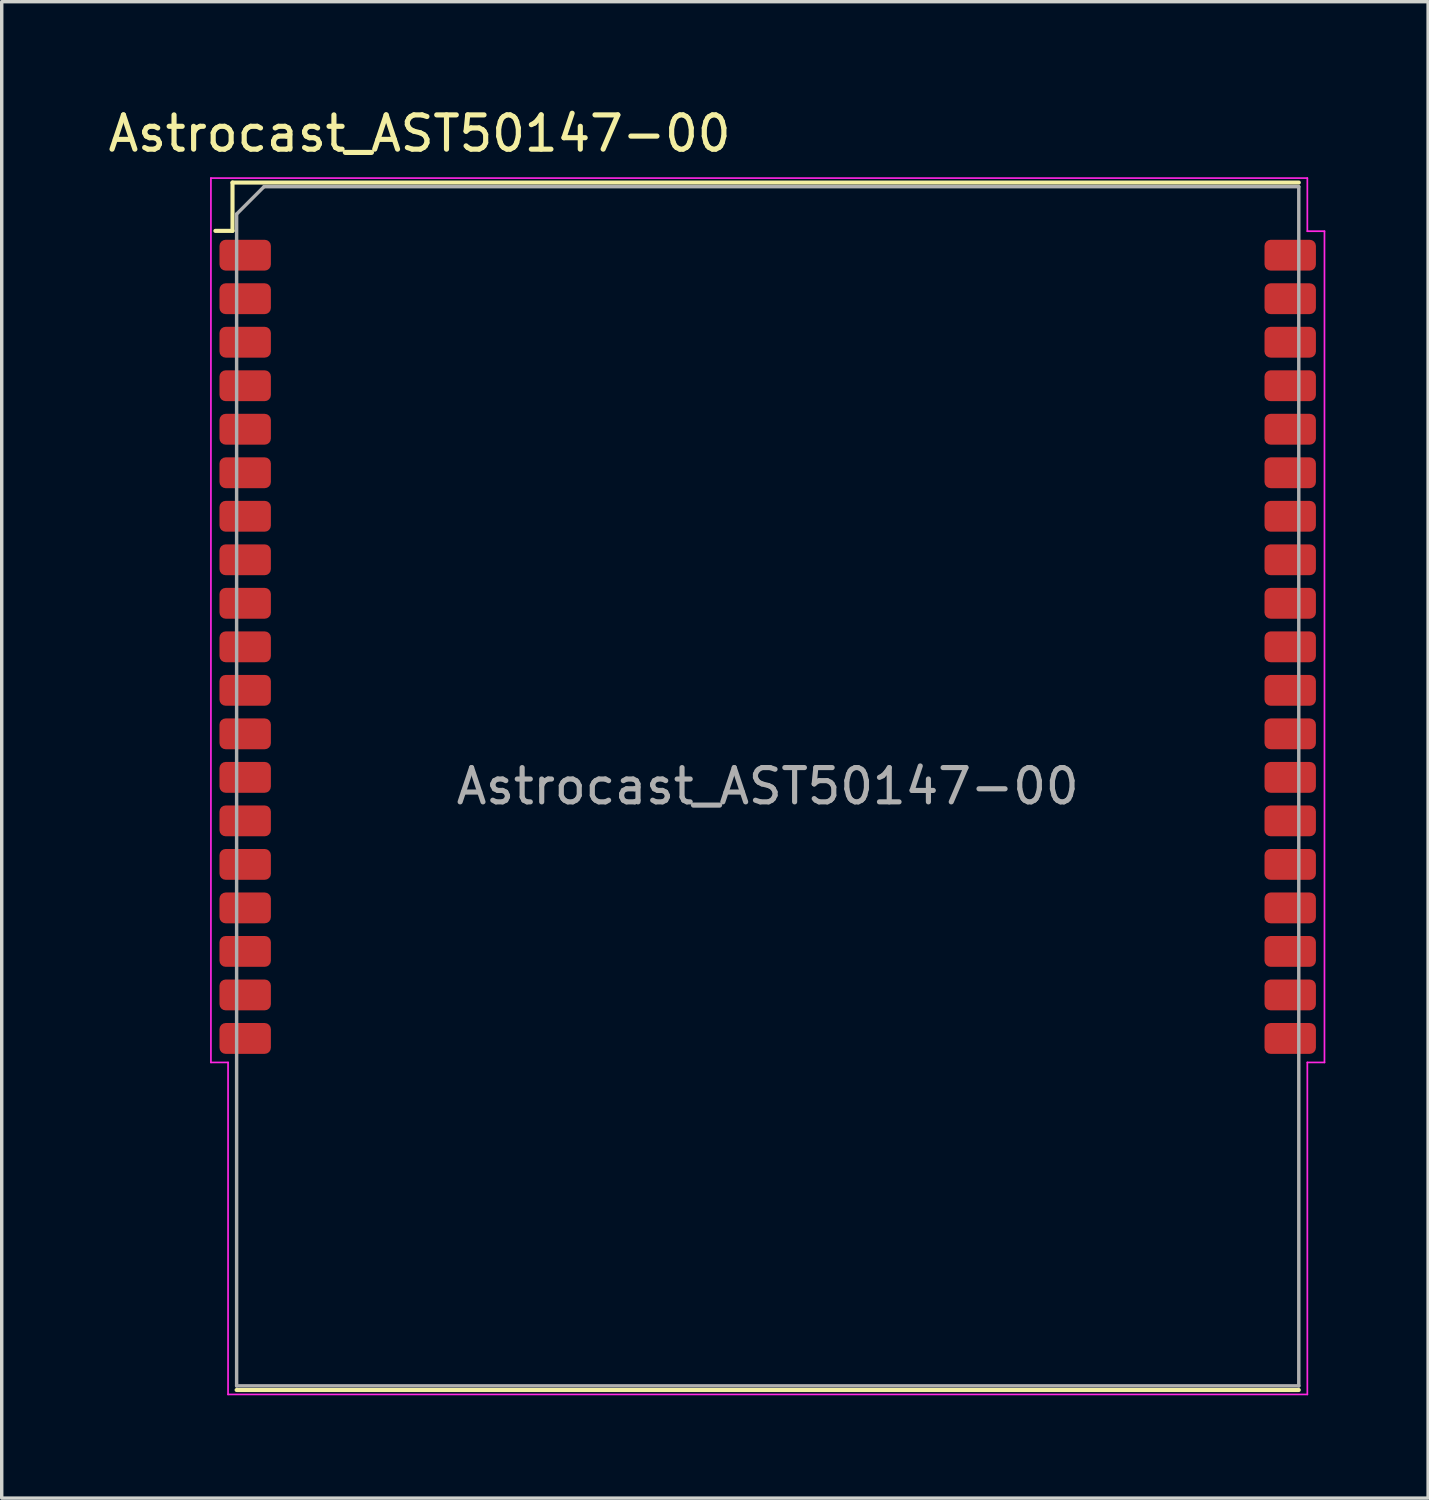
<source format=kicad_pcb>
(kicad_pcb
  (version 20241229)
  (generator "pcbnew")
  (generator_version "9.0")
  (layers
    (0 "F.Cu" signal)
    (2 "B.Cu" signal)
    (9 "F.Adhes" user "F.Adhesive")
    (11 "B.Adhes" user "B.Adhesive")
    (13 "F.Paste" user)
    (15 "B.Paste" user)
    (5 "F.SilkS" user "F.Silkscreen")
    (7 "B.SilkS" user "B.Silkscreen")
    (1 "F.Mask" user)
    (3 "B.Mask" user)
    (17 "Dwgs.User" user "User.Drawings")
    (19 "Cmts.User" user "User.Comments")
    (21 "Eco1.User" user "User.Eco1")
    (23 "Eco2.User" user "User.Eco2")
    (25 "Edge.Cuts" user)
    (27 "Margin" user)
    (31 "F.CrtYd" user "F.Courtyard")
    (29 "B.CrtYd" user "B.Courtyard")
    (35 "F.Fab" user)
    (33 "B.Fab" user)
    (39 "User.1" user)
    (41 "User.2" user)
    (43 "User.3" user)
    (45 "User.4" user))
  (footprint "Astrocast_AST50147-00"
    (layer "F.Cu")
    (at 19.356 19.898)
    (property "Reference" "Astrocast_AST50147-00" (at -10.16 -19.05 0) (unlocked yes) (layer "F.SilkS") (effects (font (size 1 1) (thickness 0.15))))
    (attr smd)
    (fp_line (start -15.62 -17.62) (end -15.62 -16.21) (stroke (width 0.12) (type solid)) (layer "F.SilkS"))
    (fp_line (start -15.62 -17.62) (end 15.5 -17.62) (stroke (width 0.12) (type solid)) (layer "F.SilkS"))
    (fp_line (start -15.62 -16.21) (end -16.12 -16.21) (stroke (width 0.12) (type solid)) (layer "F.SilkS"))
    (fp_line (start -15.5 17.62) (end 15.5 17.62) (stroke (width 0.12) (type solid)) (layer "F.SilkS"))
    (fp_line (start -16.25 -17.75) (end -16.25 8.06) (stroke (width 0.05) (type default)) (layer "F.CrtYd"))
    (fp_line (start -16.25 -17.75) (end 15.75 -17.75) (stroke (width 0.05) (type default)) (layer "F.CrtYd"))
    (fp_line (start -16.25 8.06) (end -15.75 8.06) (stroke (width 0.05) (type default)) (layer "F.CrtYd"))
    (fp_line (start -15.75 8.06) (end -15.75 17.75) (stroke (width 0.05) (type default)) (layer "F.CrtYd"))
    (fp_line (start -15.75 17.75) (end 15.75 17.75) (stroke (width 0.05) (type default)) (layer "F.CrtYd"))
    (fp_line (start 15.75 -16.2) (end 15.75 -17.75) (stroke (width 0.05) (type default)) (layer "F.CrtYd"))
    (fp_line (start 15.75 8.06) (end 15.75 17.75) (stroke (width 0.05) (type default)) (layer "F.CrtYd"))
    (fp_line (start 16.25 -16.2) (end 15.75 -16.2) (stroke (width 0.05) (type default)) (layer "F.CrtYd"))
    (fp_line (start 16.25 8.06) (end 15.75 8.06) (stroke (width 0.05) (type default)) (layer "F.CrtYd"))
    (fp_line (start 16.25 8.06) (end 16.25 -16.2) (stroke (width 0.05) (type default)) (layer "F.CrtYd"))
    (fp_line (start -15.5 -16.7) (end -15.5 17.5) (stroke (width 0.1) (type solid)) (layer "F.Fab"))
    (fp_line (start -15.5 17.5) (end 15.5 17.5) (stroke (width 0.1) (type solid)) (layer "F.Fab"))
    (fp_line (start -14.7 -17.5) (end -15.5 -16.7) (stroke (width 0.1) (type solid)) (layer "F.Fab"))
    (fp_line (start -14.7 -17.5) (end 15.5 -17.5) (stroke (width 0.1) (type solid)) (layer "F.Fab"))
    (fp_line (start 15.5 -17.5) (end 15.5 17.5) (stroke (width 0.1) (type solid)) (layer "F.Fab"))
    (fp_text user "${REFERENCE}" (at 0 0 0) (unlocked yes) (layer "F.Fab") (effects (font (size 1 1) (thickness 0.15))))
    (pad "1" smd roundrect (at -15.25 -15.5) (size 1.5 0.9) (layers "F.Cu" "F.Mask" "F.Paste") (roundrect_rratio 0.2))
    (pad "2" smd roundrect (at -15.25 -14.23) (size 1.5 0.9) (layers "F.Cu" "F.Mask" "F.Paste") (roundrect_rratio 0.2))
    (pad "3" smd roundrect (at -15.25 -12.96) (size 1.5 0.9) (layers "F.Cu" "F.Mask" "F.Paste") (roundrect_rratio 0.2))
    (pad "4" smd roundrect (at -15.25 -11.69) (size 1.5 0.9) (layers "F.Cu" "F.Mask" "F.Paste") (roundrect_rratio 0.2))
    (pad "5" smd roundrect (at -15.25 -10.42) (size 1.5 0.9) (layers "F.Cu" "F.Mask" "F.Paste") (roundrect_rratio 0.2))
    (pad "6" smd roundrect (at -15.25 -9.15) (size 1.5 0.9) (layers "F.Cu" "F.Mask" "F.Paste") (roundrect_rratio 0.2))
    (pad "7" smd roundrect (at -15.25 -7.88) (size 1.5 0.9) (layers "F.Cu" "F.Mask" "F.Paste") (roundrect_rratio 0.2))
    (pad "8" smd roundrect (at -15.25 -6.61) (size 1.5 0.9) (layers "F.Cu" "F.Mask" "F.Paste") (roundrect_rratio 0.2))
    (pad "9" smd roundrect (at -15.25 -5.34) (size 1.5 0.9) (layers "F.Cu" "F.Mask" "F.Paste") (roundrect_rratio 0.2))
    (pad "10" smd roundrect (at -15.25 -4.07) (size 1.5 0.9) (layers "F.Cu" "F.Mask" "F.Paste") (roundrect_rratio 0.2))
    (pad "11" smd roundrect (at -15.25 -2.8) (size 1.5 0.9) (layers "F.Cu" "F.Mask" "F.Paste") (roundrect_rratio 0.2))
    (pad "12" smd roundrect (at -15.25 -1.53) (size 1.5 0.9) (layers "F.Cu" "F.Mask" "F.Paste") (roundrect_rratio 0.2))
    (pad "13" smd roundrect (at -15.25 -0.26) (size 1.5 0.9) (layers "F.Cu" "F.Mask" "F.Paste") (roundrect_rratio 0.2))
    (pad "14" smd roundrect (at -15.25 1.01) (size 1.5 0.9) (layers "F.Cu" "F.Mask" "F.Paste") (roundrect_rratio 0.2))
    (pad "15" smd roundrect (at -15.25 2.28) (size 1.5 0.9) (layers "F.Cu" "F.Mask" "F.Paste") (roundrect_rratio 0.2))
    (pad "16" smd roundrect (at -15.25 3.55) (size 1.5 0.9) (layers "F.Cu" "F.Mask" "F.Paste") (roundrect_rratio 0.2))
    (pad "17" smd roundrect (at -15.25 4.82) (size 1.5 0.9) (layers "F.Cu" "F.Mask" "F.Paste") (roundrect_rratio 0.2))
    (pad "18" smd roundrect (at -15.25 6.09) (size 1.5 0.9) (layers "F.Cu" "F.Mask" "F.Paste") (roundrect_rratio 0.2))
    (pad "19" smd roundrect (at -15.25 7.36) (size 1.5 0.9) (layers "F.Cu" "F.Mask" "F.Paste") (roundrect_rratio 0.2))
    (pad "20" smd roundrect (at 15.25 7.36) (size 1.5 0.9) (layers "F.Cu" "F.Mask" "F.Paste") (roundrect_rratio 0.2))
    (pad "21" smd roundrect (at 15.25 6.09) (size 1.5 0.9) (layers "F.Cu" "F.Mask" "F.Paste") (roundrect_rratio 0.2))
    (pad "22" smd roundrect (at 15.25 4.82) (size 1.5 0.9) (layers "F.Cu" "F.Mask" "F.Paste") (roundrect_rratio 0.2))
    (pad "23" smd roundrect (at 15.25 3.55) (size 1.5 0.9) (layers "F.Cu" "F.Mask" "F.Paste") (roundrect_rratio 0.2))
    (pad "24" smd roundrect (at 15.25 2.28) (size 1.5 0.9) (layers "F.Cu" "F.Mask" "F.Paste") (roundrect_rratio 0.2))
    (pad "25" smd roundrect (at 15.25 1.01) (size 1.5 0.9) (layers "F.Cu" "F.Mask" "F.Paste") (roundrect_rratio 0.2))
    (pad "26" smd roundrect (at 15.25 -0.26) (size 1.5 0.9) (layers "F.Cu" "F.Mask" "F.Paste") (roundrect_rratio 0.2))
    (pad "27" smd roundrect (at 15.25 -1.53) (size 1.5 0.9) (layers "F.Cu" "F.Mask" "F.Paste") (roundrect_rratio 0.2))
    (pad "28" smd roundrect (at 15.25 -2.8) (size 1.5 0.9) (layers "F.Cu" "F.Mask" "F.Paste") (roundrect_rratio 0.2))
    (pad "29" smd roundrect (at 15.25 -4.07) (size 1.5 0.9) (layers "F.Cu" "F.Mask" "F.Paste") (roundrect_rratio 0.2))
    (pad "30" smd roundrect (at 15.25 -5.34) (size 1.5 0.9) (layers "F.Cu" "F.Mask" "F.Paste") (roundrect_rratio 0.2))
    (pad "31" smd roundrect (at 15.25 -6.61) (size 1.5 0.9) (layers "F.Cu" "F.Mask" "F.Paste") (roundrect_rratio 0.2))
    (pad "32" smd roundrect (at 15.25 -7.88) (size 1.5 0.9) (layers "F.Cu" "F.Mask" "F.Paste") (roundrect_rratio 0.2))
    (pad "33" smd roundrect (at 15.25 -9.15) (size 1.5 0.9) (layers "F.Cu" "F.Mask" "F.Paste") (roundrect_rratio 0.2))
    (pad "34" smd roundrect (at 15.25 -10.42) (size 1.5 0.9) (layers "F.Cu" "F.Mask" "F.Paste") (roundrect_rratio 0.2))
    (pad "35" smd roundrect (at 15.25 -11.69) (size 1.5 0.9) (layers "F.Cu" "F.Mask" "F.Paste") (roundrect_rratio 0.2))
    (pad "36" smd roundrect (at 15.25 -12.96) (size 1.5 0.9) (layers "F.Cu" "F.Mask" "F.Paste") (roundrect_rratio 0.2))
    (pad "37" smd roundrect (at 15.25 -14.23) (size 1.5 0.9) (layers "F.Cu" "F.Mask" "F.Paste") (roundrect_rratio 0.2))
    (pad "38" smd roundrect (at 15.25 -15.5) (size 1.5 0.9) (layers "F.Cu" "F.Mask" "F.Paste") (roundrect_rratio 0.2))
    (zone (net_name "") (layer "F.Cu") (name "Tracks, vias and pads Keep Out") (hatch full 0.5) (connect_pads) (min_thickness 0.25) (filled_areas_thickness no) (keepout (tracks not_allowed) (vias not_allowed) (pads not_allowed) (copperpour allowed) (footprints allowed)) (placement (enabled no)) (fill) (polygon (pts (xy 3.806 3.898) (xy 4.906 3.898) (xy 4.906 27.758) (xy 3.806 27.758) (xy 3.806 37.448) (xy 34.906 37.448) (xy 34.906 27.758) (xy 33.806 27.758) (xy 33.806 3.898) (xy 34.906 3.898) (xy 34.906 2.348) (xy 3.806 2.348)))))
  (gr_rect
    (start -3 -3)
    (end 38.631 40.673)
    (stroke (width 0.1) (type default))
    (fill no)
    (layer "Edge.Cuts")))
</source>
